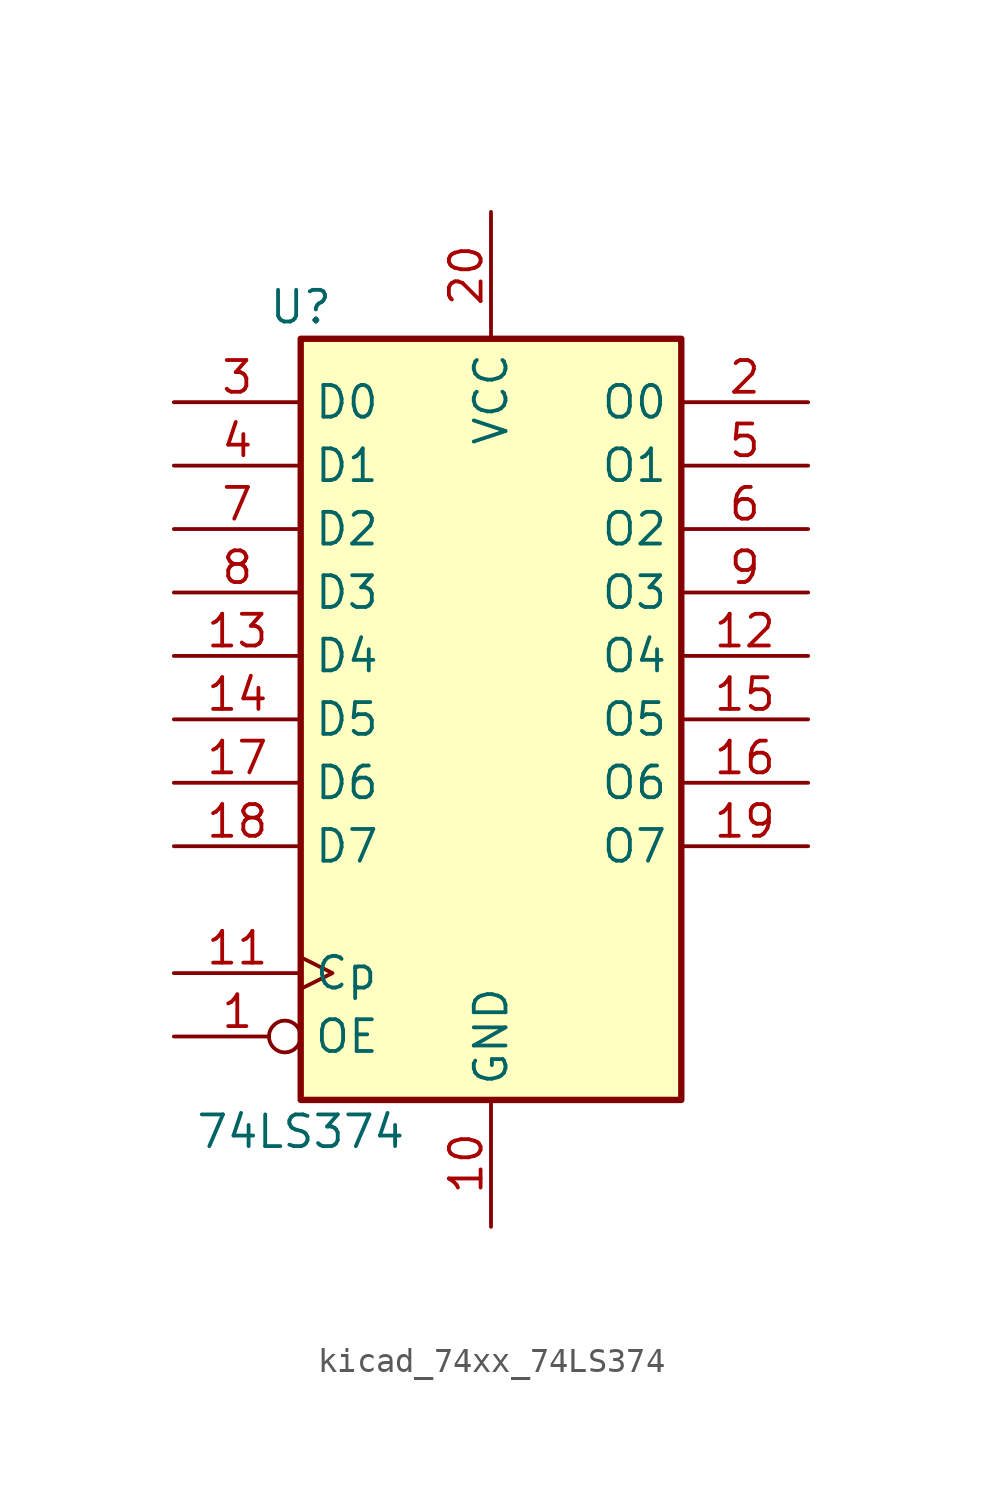
<source format=kicad_sym>
(kicad_symbol_lib
  (version 20220914)
  (generator kicad_symbol_editor)
  (symbol "kicad_74xx_74LS374"
    (property "Reference" "U"
      (at -7.62 16.51 0)
      (effects (font (size 1.27 1.27))))
    (property "Value" "74LS374"
      (at -7.62 -16.51 0)
      (effects (font (size 1.27 1.27))))
    (symbol "kicad_74xx_74LS374_1_0"
      (pin input inverted (at -12.7 -12.7 0) (length 5.08) (name "OE" (effects (font (size 1.27 1.27)))) (number "1" (effects (font (size 1.27 1.27)))))
      (pin power_in line (at 0 -20.32 90) (length 5.08) (name "GND" (effects (font (size 1.27 1.27)))) (number "10" (effects (font (size 1.27 1.27)))))
      (pin input clock (at -12.7 -10.16 0) (length 5.08) (name "Cp" (effects (font (size 1.27 1.27)))) (number "11" (effects (font (size 1.27 1.27)))))
      (pin tri_state line (at 12.7 2.54 180) (length 5.08) (name "O4" (effects (font (size 1.27 1.27)))) (number "12" (effects (font (size 1.27 1.27)))))
      (pin input line (at -12.7 2.54 0) (length 5.08) (name "D4" (effects (font (size 1.27 1.27)))) (number "13" (effects (font (size 1.27 1.27)))))
      (pin input line (at -12.7 0 0) (length 5.08) (name "D5" (effects (font (size 1.27 1.27)))) (number "14" (effects (font (size 1.27 1.27)))))
      (pin tri_state line (at 12.7 0 180) (length 5.08) (name "O5" (effects (font (size 1.27 1.27)))) (number "15" (effects (font (size 1.27 1.27)))))
      (pin tri_state line (at 12.7 -2.54 180) (length 5.08) (name "O6" (effects (font (size 1.27 1.27)))) (number "16" (effects (font (size 1.27 1.27)))))
      (pin input line (at -12.7 -2.54 0) (length 5.08) (name "D6" (effects (font (size 1.27 1.27)))) (number "17" (effects (font (size 1.27 1.27)))))
      (pin input line (at -12.7 -5.08 0) (length 5.08) (name "D7" (effects (font (size 1.27 1.27)))) (number "18" (effects (font (size 1.27 1.27)))))
      (pin tri_state line (at 12.7 -5.08 180) (length 5.08) (name "O7" (effects (font (size 1.27 1.27)))) (number "19" (effects (font (size 1.27 1.27)))))
      (pin tri_state line (at 12.7 12.7 180) (length 5.08) (name "O0" (effects (font (size 1.27 1.27)))) (number "2" (effects (font (size 1.27 1.27)))))
      (pin power_in line (at 0 20.32 270) (length 5.08) (name "VCC" (effects (font (size 1.27 1.27)))) (number "20" (effects (font (size 1.27 1.27)))))
      (pin input line (at -12.7 12.7 0) (length 5.08) (name "D0" (effects (font (size 1.27 1.27)))) (number "3" (effects (font (size 1.27 1.27)))))
      (pin input line (at -12.7 10.16 0) (length 5.08) (name "D1" (effects (font (size 1.27 1.27)))) (number "4" (effects (font (size 1.27 1.27)))))
      (pin tri_state line (at 12.7 10.16 180) (length 5.08) (name "O1" (effects (font (size 1.27 1.27)))) (number "5" (effects (font (size 1.27 1.27)))))
      (pin tri_state line (at 12.7 7.62 180) (length 5.08) (name "O2" (effects (font (size 1.27 1.27)))) (number "6" (effects (font (size 1.27 1.27)))))
      (pin input line (at -12.7 7.62 0) (length 5.08) (name "D2" (effects (font (size 1.27 1.27)))) (number "7" (effects (font (size 1.27 1.27)))))
      (pin input line (at -12.7 5.08 0) (length 5.08) (name "D3" (effects (font (size 1.27 1.27)))) (number "8" (effects (font (size 1.27 1.27)))))
      (pin tri_state line (at 12.7 5.08 180) (length 5.08) (name "O3" (effects (font (size 1.27 1.27)))) (number "9" (effects (font (size 1.27 1.27))))))
    (symbol "kicad_74xx_74LS374_1_1"
      (rectangle (start -7.62 15.24) (end 7.62 -15.24) (stroke (width 0.254) (type default)) (fill (type background))))))
</source>
